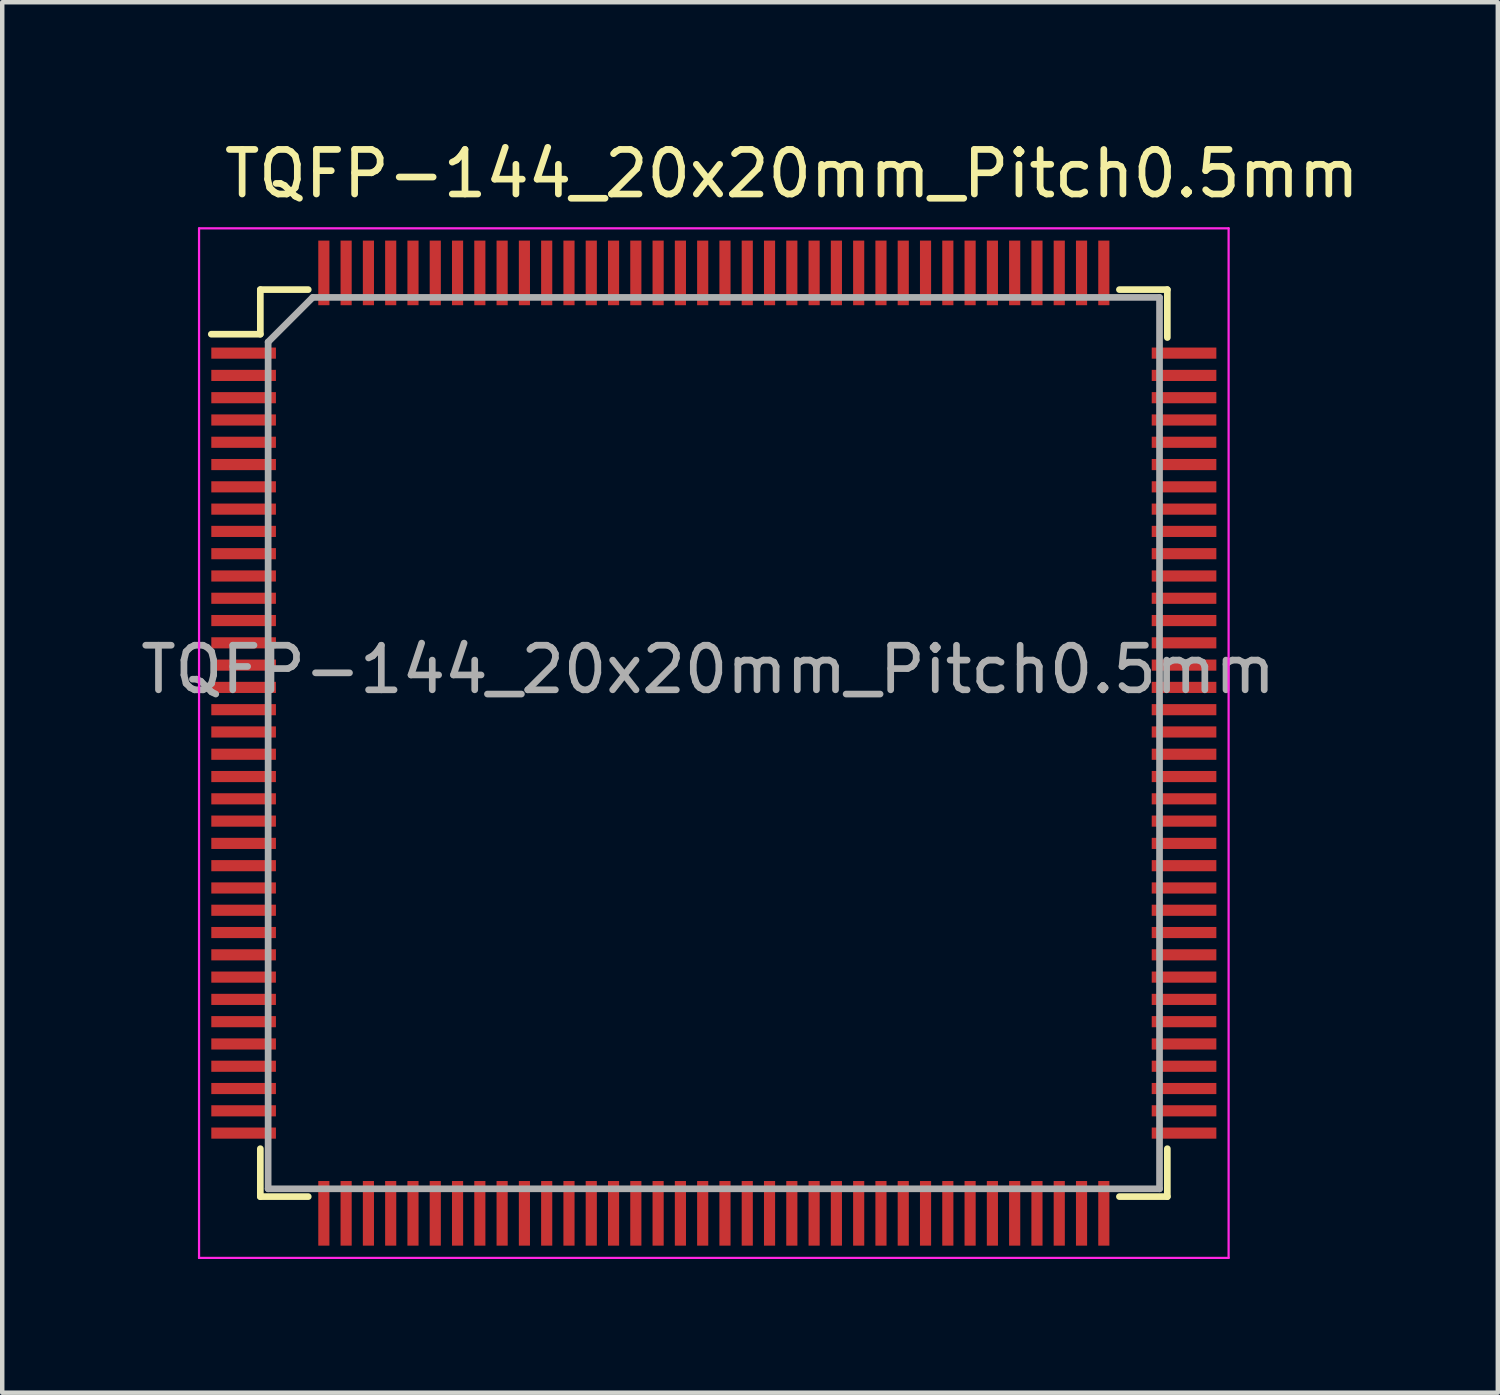
<source format=kicad_pcb>
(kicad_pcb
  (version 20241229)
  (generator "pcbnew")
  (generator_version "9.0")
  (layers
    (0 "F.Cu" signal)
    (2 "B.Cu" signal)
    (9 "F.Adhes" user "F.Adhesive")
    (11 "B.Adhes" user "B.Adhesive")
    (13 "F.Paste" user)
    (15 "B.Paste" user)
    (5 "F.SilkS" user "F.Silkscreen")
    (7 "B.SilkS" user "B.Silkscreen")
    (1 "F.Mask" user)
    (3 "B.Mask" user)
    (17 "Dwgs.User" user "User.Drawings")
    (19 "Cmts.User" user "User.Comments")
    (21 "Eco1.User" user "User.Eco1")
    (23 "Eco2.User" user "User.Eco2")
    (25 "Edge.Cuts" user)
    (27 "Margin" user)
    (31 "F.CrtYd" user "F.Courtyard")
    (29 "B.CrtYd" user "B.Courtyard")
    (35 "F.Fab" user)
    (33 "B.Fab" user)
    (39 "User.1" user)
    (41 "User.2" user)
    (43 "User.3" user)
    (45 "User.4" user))
  (footprint "TQFP-144_20x20mm_Pitch0.5mm"
    (layer "F.Cu")
    (at 12.966 13.623)
    (property "Reference" "TQFP-144_20x20mm_Pitch0.5mm" (at 1.75 -12.775 0) (layer "F.SilkS") (effects (font (size 1 1) (thickness 0.15))))
    (attr smd)
    (fp_line (start -10.175 -10.175) (end -10.175 -9.175) (stroke (width 0.15) (type solid)) (layer "F.SilkS"))
    (fp_line (start -10.175 -10.175) (end -9.1 -10.175) (stroke (width 0.15) (type solid)) (layer "F.SilkS"))
    (fp_line (start -10.175 -9.175) (end -11.275 -9.175) (stroke (width 0.15) (type solid)) (layer "F.SilkS"))
    (fp_line (start -10.175 10.175) (end -10.175 9.1) (stroke (width 0.15) (type solid)) (layer "F.SilkS"))
    (fp_line (start -10.175 10.175) (end -9.1 10.175) (stroke (width 0.15) (type solid)) (layer "F.SilkS"))
    (fp_line (start 10.175 -10.175) (end 9.1 -10.175) (stroke (width 0.15) (type solid)) (layer "F.SilkS"))
    (fp_line (start 10.175 -10.175) (end 10.175 -9.1) (stroke (width 0.15) (type solid)) (layer "F.SilkS"))
    (fp_line (start 10.175 10.175) (end 9.1 10.175) (stroke (width 0.15) (type solid)) (layer "F.SilkS"))
    (fp_line (start 10.175 10.175) (end 10.175 9.1) (stroke (width 0.15) (type solid)) (layer "F.SilkS"))
    (fp_line (start -11.55 -11.55) (end -11.55 11.55) (stroke (width 0.05) (type solid)) (layer "F.CrtYd"))
    (fp_line (start -11.55 -11.55) (end 11.55 -11.55) (stroke (width 0.05) (type solid)) (layer "F.CrtYd"))
    (fp_line (start -11.55 11.55) (end 11.55 11.55) (stroke (width 0.05) (type solid)) (layer "F.CrtYd"))
    (fp_line (start 11.55 -11.55) (end 11.55 11.55) (stroke (width 0.05) (type solid)) (layer "F.CrtYd"))
    (fp_line (start -10 -9) (end -9 -10) (stroke (width 0.15) (type solid)) (layer "F.Fab"))
    (fp_line (start -10 10) (end -10 -9) (stroke (width 0.15) (type solid)) (layer "F.Fab"))
    (fp_line (start -9 -10) (end 10 -10) (stroke (width 0.15) (type solid)) (layer "F.Fab"))
    (fp_line (start 10 -10) (end 10 10) (stroke (width 0.15) (type solid)) (layer "F.Fab"))
    (fp_line (start 10 10) (end -10 10) (stroke (width 0.15) (type solid)) (layer "F.Fab"))
    (fp_text user "${REFERENCE}" (at -0.127 -1.651 0) (layer "F.Fab") (effects (font (size 1 1) (thickness 0.15))))
    (pad "1" smd rect (at -10.55 -8.75) (size 1.45 0.25) (layers "F.Cu" "F.Mask" "F.Paste"))
    (pad "2" smd rect (at -10.55 -8.25) (size 1.45 0.25) (layers "F.Cu" "F.Mask" "F.Paste"))
    (pad "3" smd rect (at -10.55 -7.75) (size 1.45 0.25) (layers "F.Cu" "F.Mask" "F.Paste"))
    (pad "4" smd rect (at -10.55 -7.25) (size 1.45 0.25) (layers "F.Cu" "F.Mask" "F.Paste"))
    (pad "5" smd rect (at -10.55 -6.75) (size 1.45 0.25) (layers "F.Cu" "F.Mask" "F.Paste"))
    (pad "6" smd rect (at -10.55 -6.25) (size 1.45 0.25) (layers "F.Cu" "F.Mask" "F.Paste"))
    (pad "7" smd rect (at -10.55 -5.75) (size 1.45 0.25) (layers "F.Cu" "F.Mask" "F.Paste"))
    (pad "8" smd rect (at -10.55 -5.25) (size 1.45 0.25) (layers "F.Cu" "F.Mask" "F.Paste"))
    (pad "9" smd rect (at -10.55 -4.75) (size 1.45 0.25) (layers "F.Cu" "F.Mask" "F.Paste"))
    (pad "10" smd rect (at -10.55 -4.25) (size 1.45 0.25) (layers "F.Cu" "F.Mask" "F.Paste"))
    (pad "11" smd rect (at -10.55 -3.75) (size 1.45 0.25) (layers "F.Cu" "F.Mask" "F.Paste"))
    (pad "12" smd rect (at -10.55 -3.25) (size 1.45 0.25) (layers "F.Cu" "F.Mask" "F.Paste"))
    (pad "13" smd rect (at -10.55 -2.75) (size 1.45 0.25) (layers "F.Cu" "F.Mask" "F.Paste"))
    (pad "14" smd rect (at -10.55 -2.25) (size 1.45 0.25) (layers "F.Cu" "F.Mask" "F.Paste"))
    (pad "15" smd rect (at -10.55 -1.75) (size 1.45 0.25) (layers "F.Cu" "F.Mask" "F.Paste"))
    (pad "16" smd rect (at -10.55 -1.25) (size 1.45 0.25) (layers "F.Cu" "F.Mask" "F.Paste"))
    (pad "17" smd rect (at -10.55 -0.75) (size 1.45 0.25) (layers "F.Cu" "F.Mask" "F.Paste"))
    (pad "18" smd rect (at -10.55 -0.25) (size 1.45 0.25) (layers "F.Cu" "F.Mask" "F.Paste"))
    (pad "19" smd rect (at -10.55 0.25) (size 1.45 0.25) (layers "F.Cu" "F.Mask" "F.Paste"))
    (pad "20" smd rect (at -10.55 0.75) (size 1.45 0.25) (layers "F.Cu" "F.Mask" "F.Paste"))
    (pad "21" smd rect (at -10.55 1.25) (size 1.45 0.25) (layers "F.Cu" "F.Mask" "F.Paste"))
    (pad "22" smd rect (at -10.55 1.75) (size 1.45 0.25) (layers "F.Cu" "F.Mask" "F.Paste"))
    (pad "23" smd rect (at -10.55 2.25) (size 1.45 0.25) (layers "F.Cu" "F.Mask" "F.Paste"))
    (pad "24" smd rect (at -10.55 2.75) (size 1.45 0.25) (layers "F.Cu" "F.Mask" "F.Paste"))
    (pad "25" smd rect (at -10.55 3.25) (size 1.45 0.25) (layers "F.Cu" "F.Mask" "F.Paste"))
    (pad "26" smd rect (at -10.55 3.75) (size 1.45 0.25) (layers "F.Cu" "F.Mask" "F.Paste"))
    (pad "27" smd rect (at -10.55 4.25) (size 1.45 0.25) (layers "F.Cu" "F.Mask" "F.Paste"))
    (pad "28" smd rect (at -10.55 4.75) (size 1.45 0.25) (layers "F.Cu" "F.Mask" "F.Paste"))
    (pad "29" smd rect (at -10.55 5.25) (size 1.45 0.25) (layers "F.Cu" "F.Mask" "F.Paste"))
    (pad "30" smd rect (at -10.55 5.75) (size 1.45 0.25) (layers "F.Cu" "F.Mask" "F.Paste"))
    (pad "31" smd rect (at -10.55 6.25) (size 1.45 0.25) (layers "F.Cu" "F.Mask" "F.Paste"))
    (pad "32" smd rect (at -10.55 6.75) (size 1.45 0.25) (layers "F.Cu" "F.Mask" "F.Paste"))
    (pad "33" smd rect (at -10.55 7.25) (size 1.45 0.25) (layers "F.Cu" "F.Mask" "F.Paste"))
    (pad "34" smd rect (at -10.55 7.75) (size 1.45 0.25) (layers "F.Cu" "F.Mask" "F.Paste"))
    (pad "35" smd rect (at -10.55 8.25) (size 1.45 0.25) (layers "F.Cu" "F.Mask" "F.Paste"))
    (pad "36" smd rect (at -10.55 8.75) (size 1.45 0.25) (layers "F.Cu" "F.Mask" "F.Paste"))
    (pad "37" smd rect (at -8.75 10.55 90) (size 1.45 0.25) (layers "F.Cu" "F.Mask" "F.Paste"))
    (pad "38" smd rect (at -8.25 10.55 90) (size 1.45 0.25) (layers "F.Cu" "F.Mask" "F.Paste"))
    (pad "39" smd rect (at -7.75 10.55 90) (size 1.45 0.25) (layers "F.Cu" "F.Mask" "F.Paste"))
    (pad "40" smd rect (at -7.25 10.55 90) (size 1.45 0.25) (layers "F.Cu" "F.Mask" "F.Paste"))
    (pad "41" smd rect (at -6.75 10.55 90) (size 1.45 0.25) (layers "F.Cu" "F.Mask" "F.Paste"))
    (pad "42" smd rect (at -6.25 10.55 90) (size 1.45 0.25) (layers "F.Cu" "F.Mask" "F.Paste"))
    (pad "43" smd rect (at -5.75 10.55 90) (size 1.45 0.25) (layers "F.Cu" "F.Mask" "F.Paste"))
    (pad "44" smd rect (at -5.25 10.55 90) (size 1.45 0.25) (layers "F.Cu" "F.Mask" "F.Paste"))
    (pad "45" smd rect (at -4.75 10.55 90) (size 1.45 0.25) (layers "F.Cu" "F.Mask" "F.Paste"))
    (pad "46" smd rect (at -4.25 10.55 90) (size 1.45 0.25) (layers "F.Cu" "F.Mask" "F.Paste"))
    (pad "47" smd rect (at -3.75 10.55 90) (size 1.45 0.25) (layers "F.Cu" "F.Mask" "F.Paste"))
    (pad "48" smd rect (at -3.25 10.55 90) (size 1.45 0.25) (layers "F.Cu" "F.Mask" "F.Paste"))
    (pad "49" smd rect (at -2.75 10.55 90) (size 1.45 0.25) (layers "F.Cu" "F.Mask" "F.Paste"))
    (pad "50" smd rect (at -2.25 10.55 90) (size 1.45 0.25) (layers "F.Cu" "F.Mask" "F.Paste"))
    (pad "51" smd rect (at -1.75 10.55 90) (size 1.45 0.25) (layers "F.Cu" "F.Mask" "F.Paste"))
    (pad "52" smd rect (at -1.25 10.55 90) (size 1.45 0.25) (layers "F.Cu" "F.Mask" "F.Paste"))
    (pad "53" smd rect (at -0.75 10.55 90) (size 1.45 0.25) (layers "F.Cu" "F.Mask" "F.Paste"))
    (pad "54" smd rect (at -0.25 10.55 90) (size 1.45 0.25) (layers "F.Cu" "F.Mask" "F.Paste"))
    (pad "55" smd rect (at 0.25 10.55 90) (size 1.45 0.25) (layers "F.Cu" "F.Mask" "F.Paste"))
    (pad "56" smd rect (at 0.75 10.55 90) (size 1.45 0.25) (layers "F.Cu" "F.Mask" "F.Paste"))
    (pad "57" smd rect (at 1.25 10.55 90) (size 1.45 0.25) (layers "F.Cu" "F.Mask" "F.Paste"))
    (pad "58" smd rect (at 1.75 10.55 90) (size 1.45 0.25) (layers "F.Cu" "F.Mask" "F.Paste"))
    (pad "59" smd rect (at 2.25 10.55 90) (size 1.45 0.25) (layers "F.Cu" "F.Mask" "F.Paste"))
    (pad "60" smd rect (at 2.75 10.55 90) (size 1.45 0.25) (layers "F.Cu" "F.Mask" "F.Paste"))
    (pad "61" smd rect (at 3.25 10.55 90) (size 1.45 0.25) (layers "F.Cu" "F.Mask" "F.Paste"))
    (pad "62" smd rect (at 3.75 10.55 90) (size 1.45 0.25) (layers "F.Cu" "F.Mask" "F.Paste"))
    (pad "63" smd rect (at 4.25 10.55 90) (size 1.45 0.25) (layers "F.Cu" "F.Mask" "F.Paste"))
    (pad "64" smd rect (at 4.75 10.55 90) (size 1.45 0.25) (layers "F.Cu" "F.Mask" "F.Paste"))
    (pad "65" smd rect (at 5.25 10.55 90) (size 1.45 0.25) (layers "F.Cu" "F.Mask" "F.Paste"))
    (pad "66" smd rect (at 5.75 10.55 90) (size 1.45 0.25) (layers "F.Cu" "F.Mask" "F.Paste"))
    (pad "67" smd rect (at 6.25 10.55 90) (size 1.45 0.25) (layers "F.Cu" "F.Mask" "F.Paste"))
    (pad "68" smd rect (at 6.75 10.55 90) (size 1.45 0.25) (layers "F.Cu" "F.Mask" "F.Paste"))
    (pad "69" smd rect (at 7.25 10.55 90) (size 1.45 0.25) (layers "F.Cu" "F.Mask" "F.Paste"))
    (pad "70" smd rect (at 7.75 10.55 90) (size 1.45 0.25) (layers "F.Cu" "F.Mask" "F.Paste"))
    (pad "71" smd rect (at 8.25 10.55 90) (size 1.45 0.25) (layers "F.Cu" "F.Mask" "F.Paste"))
    (pad "72" smd rect (at 8.75 10.55 90) (size 1.45 0.25) (layers "F.Cu" "F.Mask" "F.Paste"))
    (pad "73" smd rect (at 10.55 8.75) (size 1.45 0.25) (layers "F.Cu" "F.Mask" "F.Paste"))
    (pad "74" smd rect (at 10.55 8.25) (size 1.45 0.25) (layers "F.Cu" "F.Mask" "F.Paste"))
    (pad "75" smd rect (at 10.55 7.75) (size 1.45 0.25) (layers "F.Cu" "F.Mask" "F.Paste"))
    (pad "76" smd rect (at 10.55 7.25) (size 1.45 0.25) (layers "F.Cu" "F.Mask" "F.Paste"))
    (pad "77" smd rect (at 10.55 6.75) (size 1.45 0.25) (layers "F.Cu" "F.Mask" "F.Paste"))
    (pad "78" smd rect (at 10.55 6.25) (size 1.45 0.25) (layers "F.Cu" "F.Mask" "F.Paste"))
    (pad "79" smd rect (at 10.55 5.75) (size 1.45 0.25) (layers "F.Cu" "F.Mask" "F.Paste"))
    (pad "80" smd rect (at 10.55 5.25) (size 1.45 0.25) (layers "F.Cu" "F.Mask" "F.Paste"))
    (pad "81" smd rect (at 10.55 4.75) (size 1.45 0.25) (layers "F.Cu" "F.Mask" "F.Paste"))
    (pad "82" smd rect (at 10.55 4.25) (size 1.45 0.25) (layers "F.Cu" "F.Mask" "F.Paste"))
    (pad "83" smd rect (at 10.55 3.75) (size 1.45 0.25) (layers "F.Cu" "F.Mask" "F.Paste"))
    (pad "84" smd rect (at 10.55 3.25) (size 1.45 0.25) (layers "F.Cu" "F.Mask" "F.Paste"))
    (pad "85" smd rect (at 10.55 2.75) (size 1.45 0.25) (layers "F.Cu" "F.Mask" "F.Paste"))
    (pad "86" smd rect (at 10.55 2.25) (size 1.45 0.25) (layers "F.Cu" "F.Mask" "F.Paste"))
    (pad "87" smd rect (at 10.55 1.75) (size 1.45 0.25) (layers "F.Cu" "F.Mask" "F.Paste"))
    (pad "88" smd rect (at 10.55 1.25) (size 1.45 0.25) (layers "F.Cu" "F.Mask" "F.Paste"))
    (pad "89" smd rect (at 10.55 0.75) (size 1.45 0.25) (layers "F.Cu" "F.Mask" "F.Paste"))
    (pad "90" smd rect (at 10.55 0.25) (size 1.45 0.25) (layers "F.Cu" "F.Mask" "F.Paste"))
    (pad "91" smd rect (at 10.55 -0.25) (size 1.45 0.25) (layers "F.Cu" "F.Mask" "F.Paste"))
    (pad "92" smd rect (at 10.55 -0.75) (size 1.45 0.25) (layers "F.Cu" "F.Mask" "F.Paste"))
    (pad "93" smd rect (at 10.55 -1.25) (size 1.45 0.25) (layers "F.Cu" "F.Mask" "F.Paste"))
    (pad "94" smd rect (at 10.55 -1.75) (size 1.45 0.25) (layers "F.Cu" "F.Mask" "F.Paste"))
    (pad "95" smd rect (at 10.55 -2.25) (size 1.45 0.25) (layers "F.Cu" "F.Mask" "F.Paste"))
    (pad "96" smd rect (at 10.55 -2.75) (size 1.45 0.25) (layers "F.Cu" "F.Mask" "F.Paste"))
    (pad "97" smd rect (at 10.55 -3.25) (size 1.45 0.25) (layers "F.Cu" "F.Mask" "F.Paste"))
    (pad "98" smd rect (at 10.55 -3.75) (size 1.45 0.25) (layers "F.Cu" "F.Mask" "F.Paste"))
    (pad "99" smd rect (at 10.55 -4.25) (size 1.45 0.25) (layers "F.Cu" "F.Mask" "F.Paste"))
    (pad "100" smd rect (at 10.55 -4.75) (size 1.45 0.25) (layers "F.Cu" "F.Mask" "F.Paste"))
    (pad "101" smd rect (at 10.55 -5.25) (size 1.45 0.25) (layers "F.Cu" "F.Mask" "F.Paste"))
    (pad "102" smd rect (at 10.55 -5.75) (size 1.45 0.25) (layers "F.Cu" "F.Mask" "F.Paste"))
    (pad "103" smd rect (at 10.55 -6.25) (size 1.45 0.25) (layers "F.Cu" "F.Mask" "F.Paste"))
    (pad "104" smd rect (at 10.55 -6.75) (size 1.45 0.25) (layers "F.Cu" "F.Mask" "F.Paste"))
    (pad "105" smd rect (at 10.55 -7.25) (size 1.45 0.25) (layers "F.Cu" "F.Mask" "F.Paste"))
    (pad "106" smd rect (at 10.55 -7.75) (size 1.45 0.25) (layers "F.Cu" "F.Mask" "F.Paste"))
    (pad "107" smd rect (at 10.55 -8.25) (size 1.45 0.25) (layers "F.Cu" "F.Mask" "F.Paste"))
    (pad "108" smd rect (at 10.55 -8.75) (size 1.45 0.25) (layers "F.Cu" "F.Mask" "F.Paste"))
    (pad "109" smd rect (at 8.75 -10.55 90) (size 1.45 0.25) (layers "F.Cu" "F.Mask" "F.Paste"))
    (pad "110" smd rect (at 8.25 -10.55 90) (size 1.45 0.25) (layers "F.Cu" "F.Mask" "F.Paste"))
    (pad "111" smd rect (at 7.75 -10.55 90) (size 1.45 0.25) (layers "F.Cu" "F.Mask" "F.Paste"))
    (pad "112" smd rect (at 7.25 -10.55 90) (size 1.45 0.25) (layers "F.Cu" "F.Mask" "F.Paste"))
    (pad "113" smd rect (at 6.75 -10.55 90) (size 1.45 0.25) (layers "F.Cu" "F.Mask" "F.Paste"))
    (pad "114" smd rect (at 6.25 -10.55 90) (size 1.45 0.25) (layers "F.Cu" "F.Mask" "F.Paste"))
    (pad "115" smd rect (at 5.75 -10.55 90) (size 1.45 0.25) (layers "F.Cu" "F.Mask" "F.Paste"))
    (pad "116" smd rect (at 5.25 -10.55 90) (size 1.45 0.25) (layers "F.Cu" "F.Mask" "F.Paste"))
    (pad "117" smd rect (at 4.75 -10.55 90) (size 1.45 0.25) (layers "F.Cu" "F.Mask" "F.Paste"))
    (pad "118" smd rect (at 4.25 -10.55 90) (size 1.45 0.25) (layers "F.Cu" "F.Mask" "F.Paste"))
    (pad "119" smd rect (at 3.75 -10.55 90) (size 1.45 0.25) (layers "F.Cu" "F.Mask" "F.Paste"))
    (pad "120" smd rect (at 3.25 -10.55 90) (size 1.45 0.25) (layers "F.Cu" "F.Mask" "F.Paste"))
    (pad "121" smd rect (at 2.75 -10.55 90) (size 1.45 0.25) (layers "F.Cu" "F.Mask" "F.Paste"))
    (pad "122" smd rect (at 2.25 -10.55 90) (size 1.45 0.25) (layers "F.Cu" "F.Mask" "F.Paste"))
    (pad "123" smd rect (at 1.75 -10.55 90) (size 1.45 0.25) (layers "F.Cu" "F.Mask" "F.Paste"))
    (pad "124" smd rect (at 1.25 -10.55 90) (size 1.45 0.25) (layers "F.Cu" "F.Mask" "F.Paste"))
    (pad "125" smd rect (at 0.75 -10.55 90) (size 1.45 0.25) (layers "F.Cu" "F.Mask" "F.Paste"))
    (pad "126" smd rect (at 0.25 -10.55 90) (size 1.45 0.25) (layers "F.Cu" "F.Mask" "F.Paste"))
    (pad "127" smd rect (at -0.25 -10.55 90) (size 1.45 0.25) (layers "F.Cu" "F.Mask" "F.Paste"))
    (pad "128" smd rect (at -0.75 -10.55 90) (size 1.45 0.25) (layers "F.Cu" "F.Mask" "F.Paste"))
    (pad "129" smd rect (at -1.25 -10.55 90) (size 1.45 0.25) (layers "F.Cu" "F.Mask" "F.Paste"))
    (pad "130" smd rect (at -1.75 -10.55 90) (size 1.45 0.25) (layers "F.Cu" "F.Mask" "F.Paste"))
    (pad "131" smd rect (at -2.25 -10.55 90) (size 1.45 0.25) (layers "F.Cu" "F.Mask" "F.Paste"))
    (pad "132" smd rect (at -2.75 -10.55 90) (size 1.45 0.25) (layers "F.Cu" "F.Mask" "F.Paste"))
    (pad "133" smd rect (at -3.25 -10.55 90) (size 1.45 0.25) (layers "F.Cu" "F.Mask" "F.Paste"))
    (pad "134" smd rect (at -3.75 -10.55 90) (size 1.45 0.25) (layers "F.Cu" "F.Mask" "F.Paste"))
    (pad "135" smd rect (at -4.25 -10.55 90) (size 1.45 0.25) (layers "F.Cu" "F.Mask" "F.Paste"))
    (pad "136" smd rect (at -4.75 -10.55 90) (size 1.45 0.25) (layers "F.Cu" "F.Mask" "F.Paste"))
    (pad "137" smd rect (at -5.25 -10.55 90) (size 1.45 0.25) (layers "F.Cu" "F.Mask" "F.Paste"))
    (pad "138" smd rect (at -5.75 -10.55 90) (size 1.45 0.25) (layers "F.Cu" "F.Mask" "F.Paste"))
    (pad "139" smd rect (at -6.25 -10.55 90) (size 1.45 0.25) (layers "F.Cu" "F.Mask" "F.Paste"))
    (pad "140" smd rect (at -6.75 -10.55 90) (size 1.45 0.25) (layers "F.Cu" "F.Mask" "F.Paste"))
    (pad "141" smd rect (at -7.25 -10.55 90) (size 1.45 0.25) (layers "F.Cu" "F.Mask" "F.Paste"))
    (pad "142" smd rect (at -7.75 -10.55 90) (size 1.45 0.25) (layers "F.Cu" "F.Mask" "F.Paste"))
    (pad "143" smd rect (at -8.25 -10.55 90) (size 1.45 0.25) (layers "F.Cu" "F.Mask" "F.Paste"))
    (pad "144" smd rect (at -8.75 -10.55 90) (size 1.45 0.25) (layers "F.Cu" "F.Mask" "F.Paste")))
  (gr_rect
    (start -3 -3)
    (end 30.556 28.198)
    (stroke (width 0.1) (type default))
    (fill no)
    (layer "Edge.Cuts")))
</source>
